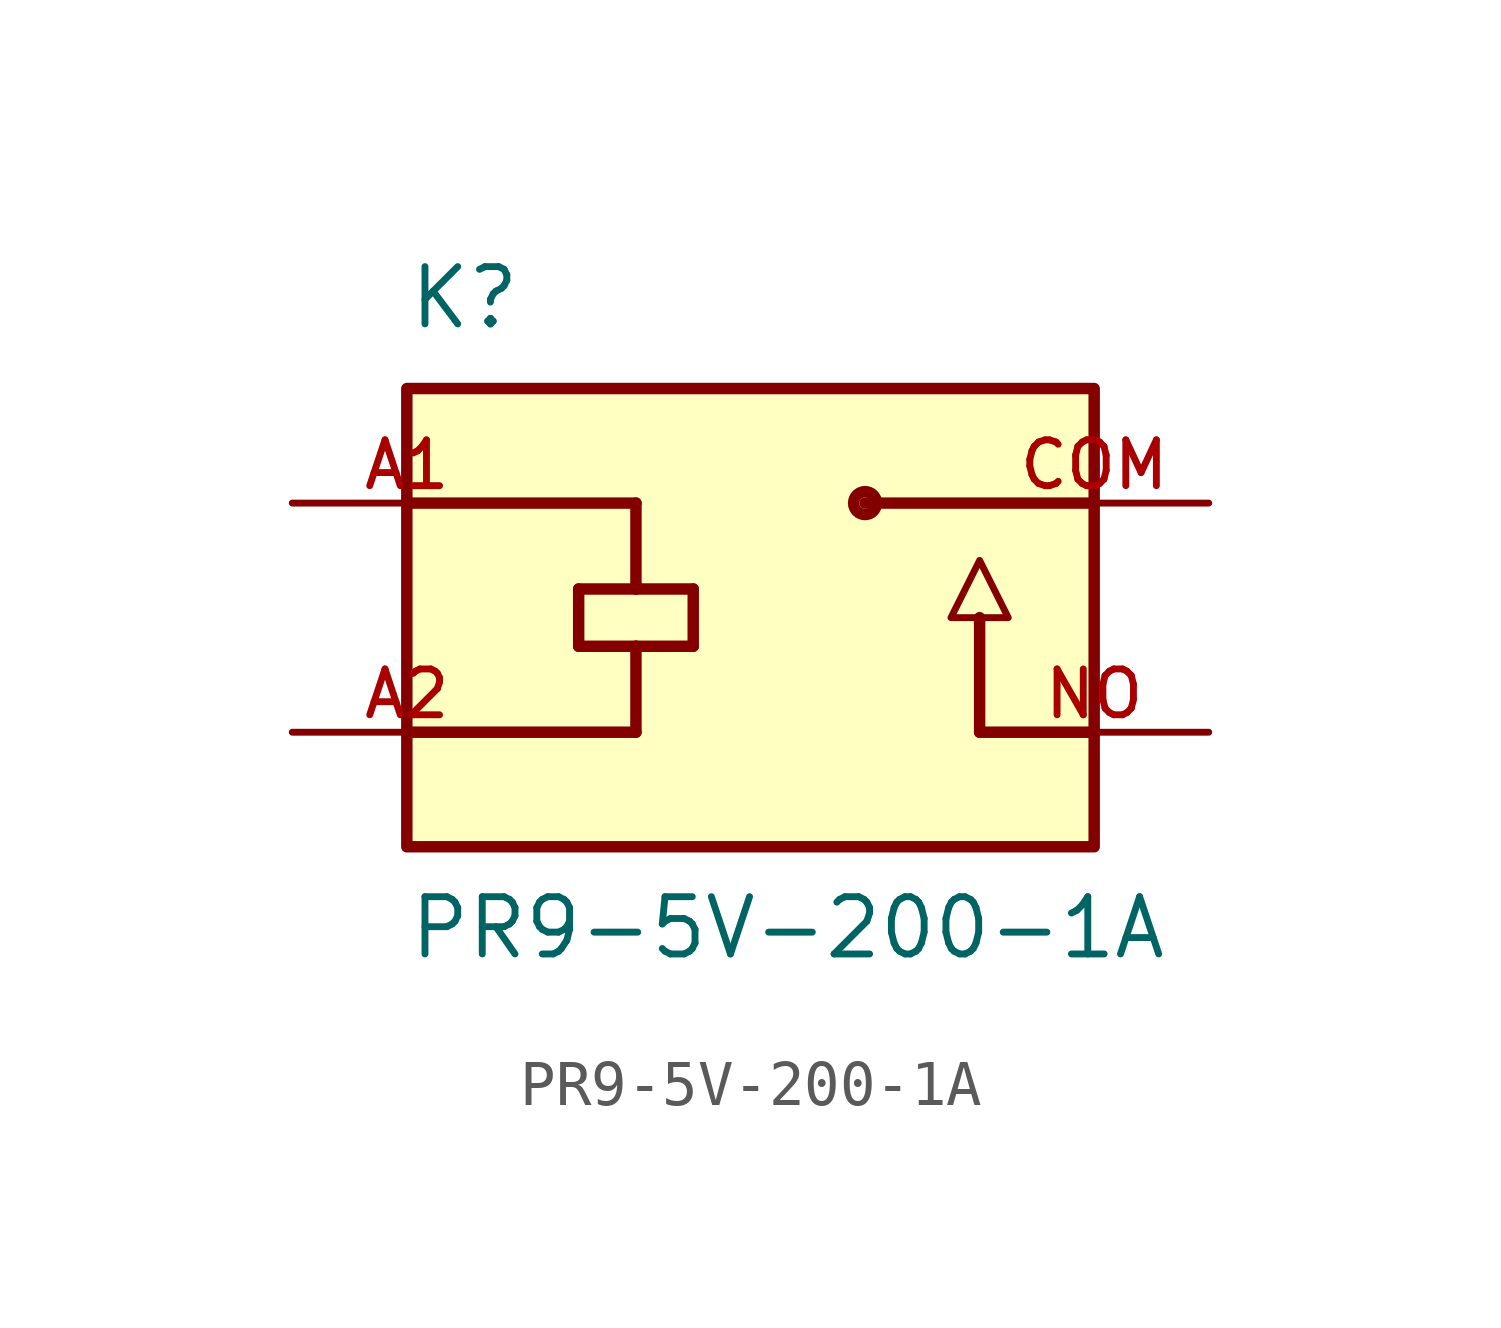
<source format=kicad_sym>
(kicad_symbol_lib
  (version 20231120)
  (generator "kicad_symbol_editor")
  (generator_version "8.0")
  (symbol "PR9-5V-200-1A"
    (pin_names
      (offset 1.016) hide)
    (property "Reference" "K"
      (at -7.62 6.35 0)
      (effects (font (size 1.27 1.27)) (justify left bottom)))
    (property "Value" "PR9-5V-200-1A"
      (at -7.62 -7.62 0)
      (effects (font (size 1.27 1.27)) (justify left bottom)))
    (symbol "PR9-5V-200-1A_0_0"
      (rectangle (start -7.62 -5.08) (end 7.62 5.08) (stroke (width 0.254) (type solid)) (fill (type background)))
      (polyline (pts (xy -7.62 -2.54) (xy -2.54 -2.54)) (stroke (width 0.254) (type solid)) (fill (type none)))
      (polyline (pts (xy -7.62 2.54) (xy -2.54 2.54)) (stroke (width 0.254) (type solid)) (fill (type none)))
      (polyline (pts (xy -3.81 -0.635) (xy -3.81 0.635)) (stroke (width 0.254) (type solid)) (fill (type none)))
      (polyline (pts (xy -3.81 0.635) (xy -2.54 0.635)) (stroke (width 0.254) (type solid)) (fill (type none)))
      (polyline (pts (xy -2.54 -0.635) (xy -3.81 -0.635)) (stroke (width 0.254) (type solid)) (fill (type none)))
      (polyline (pts (xy -2.54 -0.635) (xy -2.54 -2.54)) (stroke (width 0.254) (type solid)) (fill (type none)))
      (polyline (pts (xy -2.54 0.635) (xy -1.27 0.635)) (stroke (width 0.254) (type solid)) (fill (type none)))
      (polyline (pts (xy -2.54 2.54) (xy -2.54 0.635)) (stroke (width 0.254) (type solid)) (fill (type none)))
      (polyline (pts (xy -1.27 -0.635) (xy -2.54 -0.635)) (stroke (width 0.254) (type solid)) (fill (type none)))
      (polyline (pts (xy -1.27 0.635) (xy -1.27 -0.635)) (stroke (width 0.254) (type solid)) (fill (type none)))
      (polyline (pts (xy 5.08 -2.54) (xy 5.08 0)) (stroke (width 0.254) (type solid)) (fill (type none)))
      (polyline (pts (xy 7.62 -2.54) (xy 5.08 -2.54)) (stroke (width 0.254) (type solid)) (fill (type none)))
      (polyline (pts (xy 7.62 2.54) (xy 2.54 2.54)) (stroke (width 0.254) (type solid)) (fill (type none)))
      (polyline (pts (xy 4.445 0) (xy 5.715 0) (xy 5.08 1.27) (xy 4.445 0)) (stroke (width 0.152) (type solid)) (fill (type background)))
      (circle (center 2.54 2.54) (radius 0.254) (stroke (width 0.254) (type solid)) (fill (type none)))
      (pin passive line (at -10.16 2.54 0) (length 5.08) (name "~" (effects (font (size 1.016 1.016)))) (number "A1" (effects (font (size 1.016 1.016)))))
      (pin passive line (at -10.16 -2.54 0) (length 5.08) (name "~" (effects (font (size 1.016 1.016)))) (number "A2" (effects (font (size 1.016 1.016)))))
      (pin passive line (at 10.16 2.54 180) (length 5.08) (name "~" (effects (font (size 1.016 1.016)))) (number "COM" (effects (font (size 1.016 1.016)))))
      (pin passive line (at 10.16 -2.54 180) (length 5.08) (name "~" (effects (font (size 1.016 1.016)))) (number "NO" (effects (font (size 1.016 1.016))))))))
</source>
